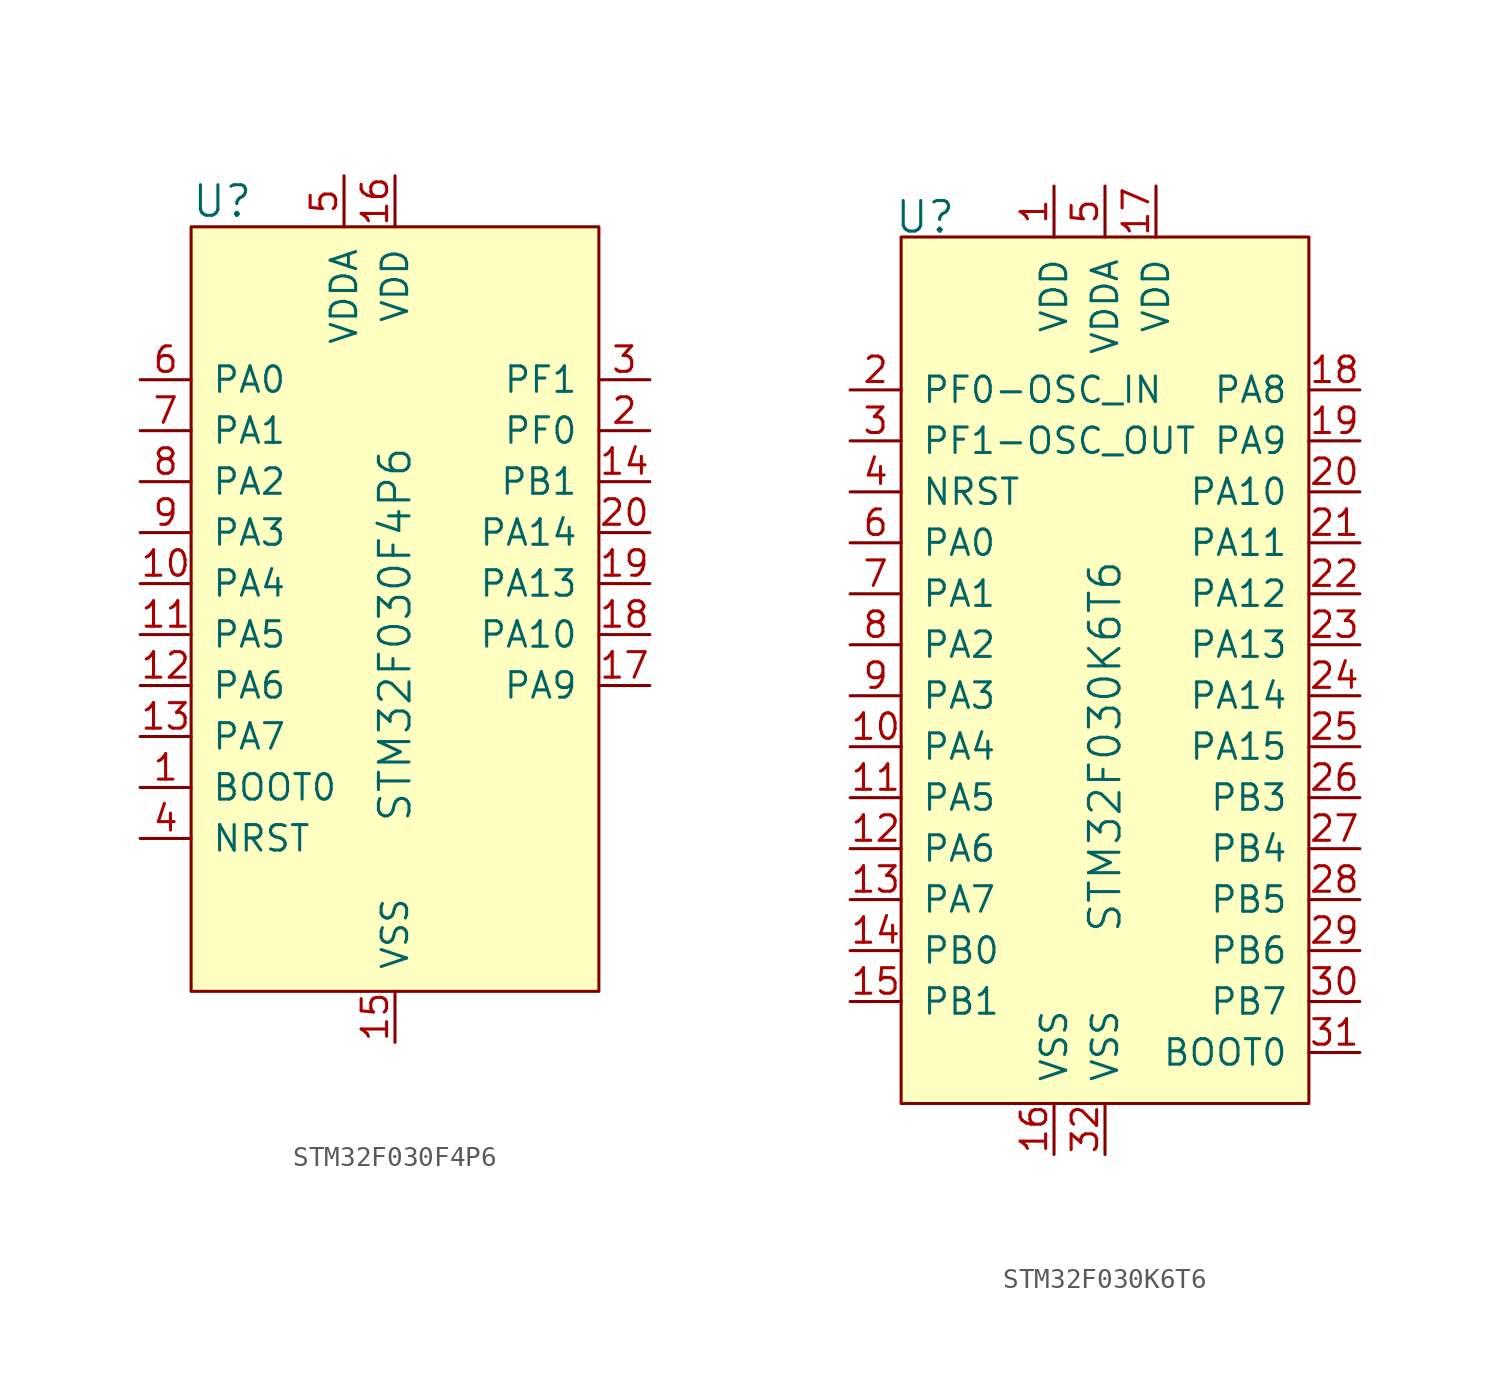
<source format=kicad_sym>
(kicad_symbol_lib
  (version 20201005)
  (generator kicad_symbol_editor)
  (symbol "STM32F030F4P6"
    (pin_names
      (offset 1.016))
    (property "Reference" "U"
      (at -7.62 11.43 0)
      (effects (font (size 1.524 1.524)) (justify left)))
    (property "Value" "STM32F030F4P6"
      (at 2.54 -10.16 90)
      (effects (font (size 1.524 1.524))))
    (symbol "STM32F030F4P6_0_1"
      (rectangle (start -7.62 10.16) (end 12.7 -27.94) (stroke (width 0)) (fill (type background))))
    (symbol "STM32F030F4P6_1_1"
      (pin input line (at -10.16 -17.78 0) (length 2.54) (name "BOOT0" (effects (font (size 1.27 1.27)))) (number "1" (effects (font (size 1.27 1.27)))))
      (pin bidirectional line (at 15.24 0 180) (length 2.54) (name "PF0" (effects (font (size 1.27 1.27)))) (number "2" (effects (font (size 1.27 1.27)))))
      (pin bidirectional line (at 15.24 2.54 180) (length 2.54) (name "PF1" (effects (font (size 1.27 1.27)))) (number "3" (effects (font (size 1.27 1.27)))))
      (pin bidirectional line (at -10.16 -20.32 0) (length 2.54) (name "NRST" (effects (font (size 1.27 1.27)))) (number "4" (effects (font (size 1.27 1.27)))))
      (pin power_in line (at 0 12.7 270) (length 2.54) (name "VDDA" (effects (font (size 1.27 1.27)))) (number "5" (effects (font (size 1.27 1.27)))))
      (pin bidirectional line (at -10.16 2.54 0) (length 2.54) (name "PA0" (effects (font (size 1.27 1.27)))) (number "6" (effects (font (size 1.27 1.27)))))
      (pin bidirectional line (at -10.16 0 0) (length 2.54) (name "PA1" (effects (font (size 1.27 1.27)))) (number "7" (effects (font (size 1.27 1.27)))))
      (pin bidirectional line (at -10.16 -2.54 0) (length 2.54) (name "PA2" (effects (font (size 1.27 1.27)))) (number "8" (effects (font (size 1.27 1.27)))))
      (pin bidirectional line (at -10.16 -5.08 0) (length 2.54) (name "PA3" (effects (font (size 1.27 1.27)))) (number "9" (effects (font (size 1.27 1.27)))))
      (pin bidirectional line (at -10.16 -7.62 0) (length 2.54) (name "PA4" (effects (font (size 1.27 1.27)))) (number "10" (effects (font (size 1.27 1.27)))))
      (pin bidirectional line (at 15.24 -5.08 180) (length 2.54) (name "PA14" (effects (font (size 1.27 1.27)))) (number "20" (effects (font (size 1.27 1.27)))))
      (pin bidirectional line (at -10.16 -10.16 0) (length 2.54) (name "PA5" (effects (font (size 1.27 1.27)))) (number "11" (effects (font (size 1.27 1.27)))))
      (pin bidirectional line (at -10.16 -12.7 0) (length 2.54) (name "PA6" (effects (font (size 1.27 1.27)))) (number "12" (effects (font (size 1.27 1.27)))))
      (pin bidirectional line (at -10.16 -15.24 0) (length 2.54) (name "PA7" (effects (font (size 1.27 1.27)))) (number "13" (effects (font (size 1.27 1.27)))))
      (pin bidirectional line (at 15.24 -2.54 180) (length 2.54) (name "PB1" (effects (font (size 1.27 1.27)))) (number "14" (effects (font (size 1.27 1.27)))))
      (pin power_in line (at 2.54 -30.48 90) (length 2.54) (name "VSS" (effects (font (size 1.27 1.27)))) (number "15" (effects (font (size 1.27 1.27)))))
      (pin power_in line (at 2.54 12.7 270) (length 2.54) (name "VDD" (effects (font (size 1.27 1.27)))) (number "16" (effects (font (size 1.27 1.27)))))
      (pin bidirectional line (at 15.24 -12.7 180) (length 2.54) (name "PA9" (effects (font (size 1.27 1.27)))) (number "17" (effects (font (size 1.27 1.27)))))
      (pin bidirectional line (at 15.24 -10.16 180) (length 2.54) (name "PA10" (effects (font (size 1.27 1.27)))) (number "18" (effects (font (size 1.27 1.27)))))
      (pin bidirectional line (at 15.24 -7.62 180) (length 2.54) (name "PA13" (effects (font (size 1.27 1.27)))) (number "19" (effects (font (size 1.27 1.27)))))))
  (symbol "STM32F030K6T6"
    (pin_names
      (offset 1.016))
    (property "Reference" "U"
      (at -8.966 18.771 0)
      (effects (font (size 1.524 1.524))))
    (property "Value" "STM32F030K6T6"
      (at 0 -7.62 90)
      (effects (font (size 1.524 1.524))))
    (symbol "STM32F030K6T6_0_1"
      (rectangle (start -10.16 17.78) (end 10.16 -25.4) (stroke (width 0)) (fill (type background))))
    (symbol "STM32F030K6T6_1_1"
      (pin power_in line (at -2.54 20.32 270) (length 2.54) (name "VDD" (effects (font (size 1.27 1.27)))) (number "1" (effects (font (size 1.27 1.27)))))
      (pin bidirectional line (at -12.7 10.16 0) (length 2.54) (name "PF0-OSC_IN" (effects (font (size 1.27 1.27)))) (number "2" (effects (font (size 1.27 1.27)))))
      (pin bidirectional line (at -12.7 7.62 0) (length 2.54) (name "PF1-OSC_OUT" (effects (font (size 1.27 1.27)))) (number "3" (effects (font (size 1.27 1.27)))))
      (pin bidirectional line (at -12.7 5.08 0) (length 2.54) (name "NRST" (effects (font (size 1.27 1.27)))) (number "4" (effects (font (size 1.27 1.27)))))
      (pin power_in line (at 0 20.32 270) (length 2.54) (name "VDDA" (effects (font (size 1.27 1.27)))) (number "5" (effects (font (size 1.27 1.27)))))
      (pin bidirectional line (at -12.7 2.54 0) (length 2.54) (name "PA0" (effects (font (size 1.27 1.27)))) (number "6" (effects (font (size 1.27 1.27)))))
      (pin bidirectional line (at -12.7 0 0) (length 2.54) (name "PA1" (effects (font (size 1.27 1.27)))) (number "7" (effects (font (size 1.27 1.27)))))
      (pin bidirectional line (at -12.7 -2.54 0) (length 2.54) (name "PA2" (effects (font (size 1.27 1.27)))) (number "8" (effects (font (size 1.27 1.27)))))
      (pin bidirectional line (at -12.7 -5.08 0) (length 2.54) (name "PA3" (effects (font (size 1.27 1.27)))) (number "9" (effects (font (size 1.27 1.27)))))
      (pin bidirectional line (at -12.7 -7.62 0) (length 2.54) (name "PA4" (effects (font (size 1.27 1.27)))) (number "10" (effects (font (size 1.27 1.27)))))
      (pin bidirectional line (at 12.7 5.08 180) (length 2.54) (name "PA10" (effects (font (size 1.27 1.27)))) (number "20" (effects (font (size 1.27 1.27)))))
      (pin bidirectional line (at 12.7 -20.32 180) (length 2.54) (name "PB7" (effects (font (size 1.27 1.27)))) (number "30" (effects (font (size 1.27 1.27)))))
      (pin bidirectional line (at -12.7 -10.16 0) (length 2.54) (name "PA5" (effects (font (size 1.27 1.27)))) (number "11" (effects (font (size 1.27 1.27)))))
      (pin bidirectional line (at 12.7 2.54 180) (length 2.54) (name "PA11" (effects (font (size 1.27 1.27)))) (number "21" (effects (font (size 1.27 1.27)))))
      (pin bidirectional line (at 12.7 -22.86 180) (length 2.54) (name "BOOT0" (effects (font (size 1.27 1.27)))) (number "31" (effects (font (size 1.27 1.27)))))
      (pin bidirectional line (at -12.7 -12.7 0) (length 2.54) (name "PA6" (effects (font (size 1.27 1.27)))) (number "12" (effects (font (size 1.27 1.27)))))
      (pin bidirectional line (at 12.7 0 180) (length 2.54) (name "PA12" (effects (font (size 1.27 1.27)))) (number "22" (effects (font (size 1.27 1.27)))))
      (pin power_in line (at 0 -27.94 90) (length 2.54) (name "VSS" (effects (font (size 1.27 1.27)))) (number "32" (effects (font (size 1.27 1.27)))))
      (pin bidirectional line (at -12.7 -15.24 0) (length 2.54) (name "PA7" (effects (font (size 1.27 1.27)))) (number "13" (effects (font (size 1.27 1.27)))))
      (pin bidirectional line (at 12.7 -2.54 180) (length 2.54) (name "PA13" (effects (font (size 1.27 1.27)))) (number "23" (effects (font (size 1.27 1.27)))))
      (pin bidirectional line (at -12.7 -17.78 0) (length 2.54) (name "PB0" (effects (font (size 1.27 1.27)))) (number "14" (effects (font (size 1.27 1.27)))))
      (pin bidirectional line (at 12.7 -5.08 180) (length 2.54) (name "PA14" (effects (font (size 1.27 1.27)))) (number "24" (effects (font (size 1.27 1.27)))))
      (pin bidirectional line (at -12.7 -20.32 0) (length 2.54) (name "PB1" (effects (font (size 1.27 1.27)))) (number "15" (effects (font (size 1.27 1.27)))))
      (pin bidirectional line (at 12.7 -7.62 180) (length 2.54) (name "PA15" (effects (font (size 1.27 1.27)))) (number "25" (effects (font (size 1.27 1.27)))))
      (pin power_in line (at -2.54 -27.94 90) (length 2.54) (name "VSS" (effects (font (size 1.27 1.27)))) (number "16" (effects (font (size 1.27 1.27)))))
      (pin bidirectional line (at 12.7 -10.16 180) (length 2.54) (name "PB3" (effects (font (size 1.27 1.27)))) (number "26" (effects (font (size 1.27 1.27)))))
      (pin power_in line (at 2.54 20.32 270) (length 2.54) (name "VDD" (effects (font (size 1.27 1.27)))) (number "17" (effects (font (size 1.27 1.27)))))
      (pin bidirectional line (at 12.7 -12.7 180) (length 2.54) (name "PB4" (effects (font (size 1.27 1.27)))) (number "27" (effects (font (size 1.27 1.27)))))
      (pin bidirectional line (at 12.7 10.16 180) (length 2.54) (name "PA8" (effects (font (size 1.27 1.27)))) (number "18" (effects (font (size 1.27 1.27)))))
      (pin bidirectional line (at 12.7 -15.24 180) (length 2.54) (name "PB5" (effects (font (size 1.27 1.27)))) (number "28" (effects (font (size 1.27 1.27)))))
      (pin bidirectional line (at 12.7 7.62 180) (length 2.54) (name "PA9" (effects (font (size 1.27 1.27)))) (number "19" (effects (font (size 1.27 1.27)))))
      (pin bidirectional line (at 12.7 -17.78 180) (length 2.54) (name "PB6" (effects (font (size 1.27 1.27)))) (number "29" (effects (font (size 1.27 1.27))))))))
</source>
